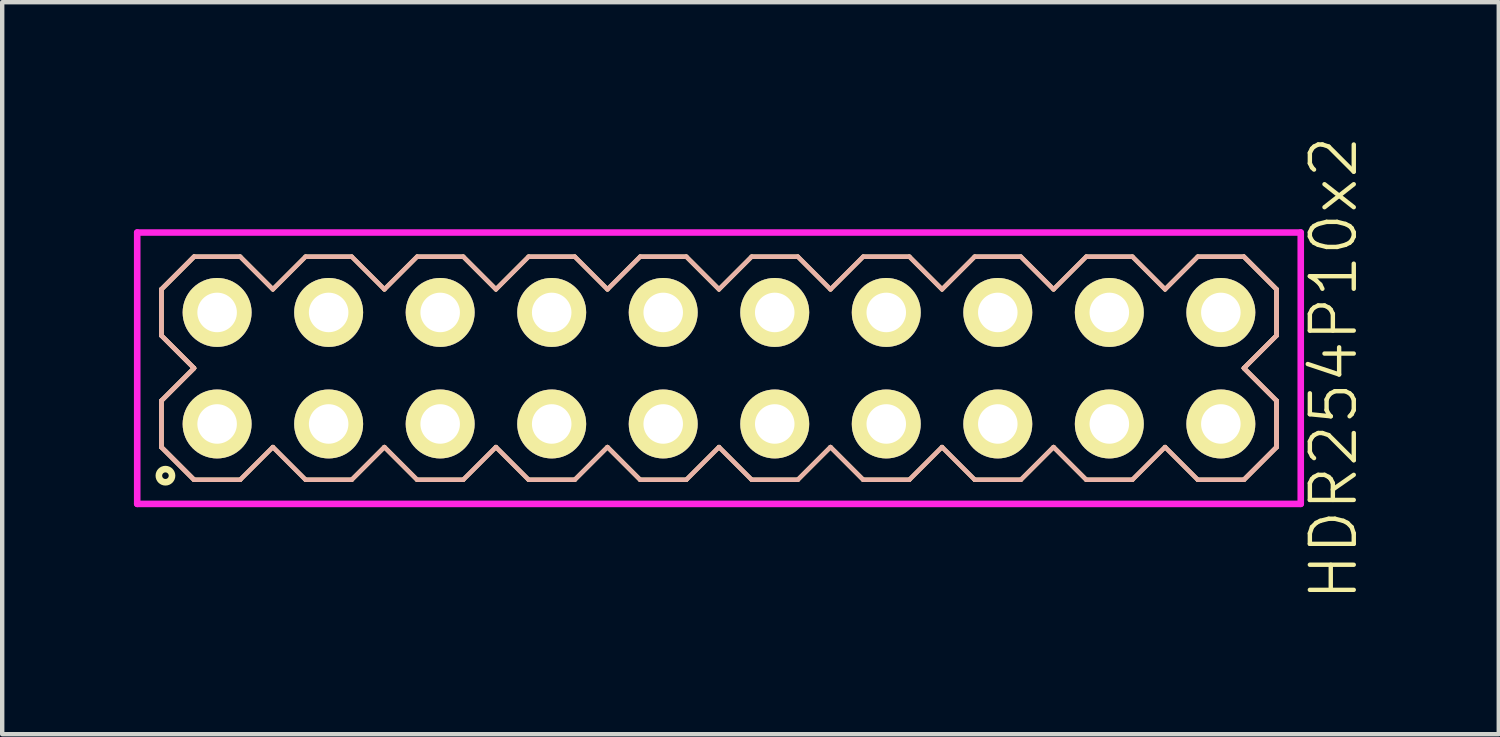
<source format=kicad_pcb>
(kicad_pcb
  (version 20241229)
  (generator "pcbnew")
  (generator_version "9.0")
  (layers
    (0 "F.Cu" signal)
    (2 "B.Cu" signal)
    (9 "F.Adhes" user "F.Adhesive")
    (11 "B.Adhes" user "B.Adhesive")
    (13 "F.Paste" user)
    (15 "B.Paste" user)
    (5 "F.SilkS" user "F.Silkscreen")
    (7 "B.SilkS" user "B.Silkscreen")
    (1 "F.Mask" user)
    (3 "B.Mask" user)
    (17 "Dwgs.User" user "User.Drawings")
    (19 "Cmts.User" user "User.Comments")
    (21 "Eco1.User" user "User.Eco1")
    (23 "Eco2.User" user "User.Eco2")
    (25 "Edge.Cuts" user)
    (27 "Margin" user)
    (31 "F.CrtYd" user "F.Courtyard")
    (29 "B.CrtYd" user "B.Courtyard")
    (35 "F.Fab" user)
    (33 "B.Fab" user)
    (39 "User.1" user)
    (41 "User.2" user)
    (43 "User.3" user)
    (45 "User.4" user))
  (footprint "HDR254P10x2"
    (layer "F.Cu")
    (at 13.325 5.336)
    (property "Reference" "HDR254P10x2" (at 14 0 90) (layer "F.SilkS") (effects (font (size 1 1) (thickness 0.1))))
    (attr through_hole)
    (fp_line (start -12.7 -1.796) (end -11.956 -2.54) (stroke (width 0.1) (type solid)) (layer "F.SilkS"))
    (fp_line (start -12.7 -1.796) (end -11.956 -2.54) (stroke (width 0.1) (type solid)) (layer "F.SilkS"))
    (fp_line (start -12.7 -0.744) (end -12.7 -1.796) (stroke (width 0.1) (type solid)) (layer "F.SilkS"))
    (fp_line (start -12.7 -0.744) (end -12.7 -1.796) (stroke (width 0.1) (type solid)) (layer "F.SilkS"))
    (fp_line (start -12.7 0.744) (end -11.956 0) (stroke (width 0.1) (type solid)) (layer "F.SilkS"))
    (fp_line (start -12.7 0.744) (end -11.956 0) (stroke (width 0.1) (type solid)) (layer "F.SilkS"))
    (fp_line (start -12.7 1.796) (end -12.7 0.744) (stroke (width 0.1) (type solid)) (layer "F.SilkS"))
    (fp_line (start -12.7 1.796) (end -12.7 0.744) (stroke (width 0.1) (type solid)) (layer "F.SilkS"))
    (fp_line (start -11.956 -2.54) (end -10.904 -2.54) (stroke (width 0.1) (type solid)) (layer "F.SilkS"))
    (fp_line (start -11.956 0) (end -12.7 -0.744) (stroke (width 0.1) (type solid)) (layer "F.SilkS"))
    (fp_line (start -11.956 0) (end -12.7 -0.744) (stroke (width 0.1) (type solid)) (layer "F.SilkS"))
    (fp_line (start -11.956 2.54) (end -12.7 1.796) (stroke (width 0.1) (type solid)) (layer "F.SilkS"))
    (fp_line (start -11.956 2.54) (end -12.7 1.796) (stroke (width 0.1) (type solid)) (layer "F.SilkS"))
    (fp_line (start -10.904 -2.54) (end -10.16 -1.796) (stroke (width 0.1) (type solid)) (layer "F.SilkS"))
    (fp_line (start -10.904 2.54) (end -11.956 2.54) (stroke (width 0.1) (type solid)) (layer "F.SilkS"))
    (fp_line (start -10.16 -1.796) (end -9.416 -2.54) (stroke (width 0.1) (type solid)) (layer "F.SilkS"))
    (fp_line (start -10.16 1.796) (end -10.904 2.54) (stroke (width 0.1) (type solid)) (layer "F.SilkS"))
    (fp_line (start -9.416 -2.54) (end -8.364 -2.54) (stroke (width 0.1) (type solid)) (layer "F.SilkS"))
    (fp_line (start -9.416 2.54) (end -10.16 1.796) (stroke (width 0.1) (type solid)) (layer "F.SilkS"))
    (fp_line (start -8.364 -2.54) (end -7.62 -1.796) (stroke (width 0.1) (type solid)) (layer "F.SilkS"))
    (fp_line (start -8.364 2.54) (end -9.416 2.54) (stroke (width 0.1) (type solid)) (layer "F.SilkS"))
    (fp_line (start -7.62 -1.796) (end -6.876 -2.54) (stroke (width 0.1) (type solid)) (layer "F.SilkS"))
    (fp_line (start -7.62 1.796) (end -8.364 2.54) (stroke (width 0.1) (type solid)) (layer "F.SilkS"))
    (fp_line (start -6.876 -2.54) (end -5.824 -2.54) (stroke (width 0.1) (type solid)) (layer "F.SilkS"))
    (fp_line (start -6.876 2.54) (end -7.62 1.796) (stroke (width 0.1) (type solid)) (layer "F.SilkS"))
    (fp_line (start -5.824 -2.54) (end -5.08 -1.796) (stroke (width 0.1) (type solid)) (layer "F.SilkS"))
    (fp_line (start -5.824 2.54) (end -6.876 2.54) (stroke (width 0.1) (type solid)) (layer "F.SilkS"))
    (fp_line (start -5.08 -1.796) (end -4.336 -2.54) (stroke (width 0.1) (type solid)) (layer "F.SilkS"))
    (fp_line (start -5.08 1.796) (end -5.824 2.54) (stroke (width 0.1) (type solid)) (layer "F.SilkS"))
    (fp_line (start -4.336 -2.54) (end -3.284 -2.54) (stroke (width 0.1) (type solid)) (layer "F.SilkS"))
    (fp_line (start -4.336 2.54) (end -5.08 1.796) (stroke (width 0.1) (type solid)) (layer "F.SilkS"))
    (fp_line (start -3.284 -2.54) (end -2.54 -1.796) (stroke (width 0.1) (type solid)) (layer "F.SilkS"))
    (fp_line (start -3.284 2.54) (end -4.336 2.54) (stroke (width 0.1) (type solid)) (layer "F.SilkS"))
    (fp_line (start -2.54 -1.796) (end -1.796 -2.54) (stroke (width 0.1) (type solid)) (layer "F.SilkS"))
    (fp_line (start -2.54 1.796) (end -3.284 2.54) (stroke (width 0.1) (type solid)) (layer "F.SilkS"))
    (fp_line (start -1.796 -2.54) (end -0.744 -2.54) (stroke (width 0.1) (type solid)) (layer "F.SilkS"))
    (fp_line (start -1.796 2.54) (end -2.54 1.796) (stroke (width 0.1) (type solid)) (layer "F.SilkS"))
    (fp_line (start -0.744 -2.54) (end 0 -1.796) (stroke (width 0.1) (type solid)) (layer "F.SilkS"))
    (fp_line (start -0.744 2.54) (end -1.796 2.54) (stroke (width 0.1) (type solid)) (layer "F.SilkS"))
    (fp_line (start 0 -1.796) (end 0.744 -2.54) (stroke (width 0.1) (type solid)) (layer "F.SilkS"))
    (fp_line (start 0 1.796) (end -0.744 2.54) (stroke (width 0.1) (type solid)) (layer "F.SilkS"))
    (fp_line (start 0.744 -2.54) (end 1.796 -2.54) (stroke (width 0.1) (type solid)) (layer "F.SilkS"))
    (fp_line (start 0.744 2.54) (end 0 1.796) (stroke (width 0.1) (type solid)) (layer "F.SilkS"))
    (fp_line (start 1.796 -2.54) (end 2.54 -1.796) (stroke (width 0.1) (type solid)) (layer "F.SilkS"))
    (fp_line (start 1.796 2.54) (end 0.744 2.54) (stroke (width 0.1) (type solid)) (layer "F.SilkS"))
    (fp_line (start 2.54 -1.796) (end 3.284 -2.54) (stroke (width 0.1) (type solid)) (layer "F.SilkS"))
    (fp_line (start 2.54 1.796) (end 1.796 2.54) (stroke (width 0.1) (type solid)) (layer "F.SilkS"))
    (fp_line (start 3.284 -2.54) (end 4.336 -2.54) (stroke (width 0.1) (type solid)) (layer "F.SilkS"))
    (fp_line (start 3.284 2.54) (end 2.54 1.796) (stroke (width 0.1) (type solid)) (layer "F.SilkS"))
    (fp_line (start 4.336 -2.54) (end 5.08 -1.796) (stroke (width 0.1) (type solid)) (layer "F.SilkS"))
    (fp_line (start 4.336 2.54) (end 3.284 2.54) (stroke (width 0.1) (type solid)) (layer "F.SilkS"))
    (fp_line (start 5.08 -1.796) (end 5.824 -2.54) (stroke (width 0.1) (type solid)) (layer "F.SilkS"))
    (fp_line (start 5.08 1.796) (end 4.336 2.54) (stroke (width 0.1) (type solid)) (layer "F.SilkS"))
    (fp_line (start 5.824 -2.54) (end 6.876 -2.54) (stroke (width 0.1) (type solid)) (layer "F.SilkS"))
    (fp_line (start 5.824 2.54) (end 5.08 1.796) (stroke (width 0.1) (type solid)) (layer "F.SilkS"))
    (fp_line (start 6.876 -2.54) (end 7.62 -1.796) (stroke (width 0.1) (type solid)) (layer "F.SilkS"))
    (fp_line (start 6.876 2.54) (end 5.824 2.54) (stroke (width 0.1) (type solid)) (layer "F.SilkS"))
    (fp_line (start 7.62 -1.796) (end 8.364 -2.54) (stroke (width 0.1) (type solid)) (layer "F.SilkS"))
    (fp_line (start 7.62 1.796) (end 6.876 2.54) (stroke (width 0.1) (type solid)) (layer "F.SilkS"))
    (fp_line (start 8.364 -2.54) (end 9.416 -2.54) (stroke (width 0.1) (type solid)) (layer "F.SilkS"))
    (fp_line (start 8.364 2.54) (end 7.62 1.796) (stroke (width 0.1) (type solid)) (layer "F.SilkS"))
    (fp_line (start 9.416 -2.54) (end 10.16 -1.796) (stroke (width 0.1) (type solid)) (layer "F.SilkS"))
    (fp_line (start 9.416 2.54) (end 8.364 2.54) (stroke (width 0.1) (type solid)) (layer "F.SilkS"))
    (fp_line (start 10.16 -1.796) (end 10.904 -2.54) (stroke (width 0.1) (type solid)) (layer "F.SilkS"))
    (fp_line (start 10.16 1.796) (end 9.416 2.54) (stroke (width 0.1) (type solid)) (layer "F.SilkS"))
    (fp_line (start 10.904 -2.54) (end 11.956 -2.54) (stroke (width 0.1) (type solid)) (layer "F.SilkS"))
    (fp_line (start 10.904 2.54) (end 10.16 1.796) (stroke (width 0.1) (type solid)) (layer "F.SilkS"))
    (fp_line (start 11.956 -2.54) (end 12.7 -1.796) (stroke (width 0.1) (type solid)) (layer "F.SilkS"))
    (fp_line (start 11.956 -2.54) (end 12.7 -1.796) (stroke (width 0.1) (type solid)) (layer "F.SilkS"))
    (fp_line (start 11.956 0) (end 12.7 0.744) (stroke (width 0.1) (type solid)) (layer "F.SilkS"))
    (fp_line (start 11.956 0) (end 12.7 0.744) (stroke (width 0.1) (type solid)) (layer "F.SilkS"))
    (fp_line (start 11.956 2.54) (end 10.904 2.54) (stroke (width 0.1) (type solid)) (layer "F.SilkS"))
    (fp_line (start 12.7 -1.796) (end 12.7 -0.744) (stroke (width 0.1) (type solid)) (layer "F.SilkS"))
    (fp_line (start 12.7 -1.796) (end 12.7 -0.744) (stroke (width 0.1) (type solid)) (layer "F.SilkS"))
    (fp_line (start 12.7 -0.744) (end 11.956 0) (stroke (width 0.1) (type solid)) (layer "F.SilkS"))
    (fp_line (start 12.7 -0.744) (end 11.956 0) (stroke (width 0.1) (type solid)) (layer "F.SilkS"))
    (fp_line (start 12.7 0.744) (end 12.7 1.796) (stroke (width 0.1) (type solid)) (layer "F.SilkS"))
    (fp_line (start 12.7 0.744) (end 12.7 1.796) (stroke (width 0.1) (type solid)) (layer "F.SilkS"))
    (fp_line (start 12.7 1.796) (end 11.956 2.54) (stroke (width 0.1) (type solid)) (layer "F.SilkS"))
    (fp_line (start 12.7 1.796) (end 11.956 2.54) (stroke (width 0.1) (type solid)) (layer "F.SilkS"))
    (fp_circle (center -12.607 2.448) (end -12.457 2.448) (stroke (width 0.15) (type solid)) (fill no) (layer "F.SilkS"))
    (fp_line (start -12.7 -1.796) (end -11.956 -2.54) (stroke (width 0.1) (type solid)) (layer "B.SilkS"))
    (fp_line (start -12.7 -1.796) (end -11.956 -2.54) (stroke (width 0.1) (type solid)) (layer "B.SilkS"))
    (fp_line (start -12.7 -0.744) (end -12.7 -1.796) (stroke (width 0.1) (type solid)) (layer "B.SilkS"))
    (fp_line (start -12.7 -0.744) (end -12.7 -1.796) (stroke (width 0.1) (type solid)) (layer "B.SilkS"))
    (fp_line (start -12.7 0.744) (end -11.956 0) (stroke (width 0.1) (type solid)) (layer "B.SilkS"))
    (fp_line (start -12.7 0.744) (end -11.956 0) (stroke (width 0.1) (type solid)) (layer "B.SilkS"))
    (fp_line (start -12.7 1.796) (end -12.7 0.744) (stroke (width 0.1) (type solid)) (layer "B.SilkS"))
    (fp_line (start -12.7 1.796) (end -12.7 0.744) (stroke (width 0.1) (type solid)) (layer "B.SilkS"))
    (fp_line (start -11.956 -2.54) (end -10.904 -2.54) (stroke (width 0.1) (type solid)) (layer "B.SilkS"))
    (fp_line (start -11.956 0) (end -12.7 -0.744) (stroke (width 0.1) (type solid)) (layer "B.SilkS"))
    (fp_line (start -11.956 0) (end -12.7 -0.744) (stroke (width 0.1) (type solid)) (layer "B.SilkS"))
    (fp_line (start -11.956 2.54) (end -12.7 1.796) (stroke (width 0.1) (type solid)) (layer "B.SilkS"))
    (fp_line (start -11.956 2.54) (end -12.7 1.796) (stroke (width 0.1) (type solid)) (layer "B.SilkS"))
    (fp_line (start -10.904 -2.54) (end -10.16 -1.796) (stroke (width 0.1) (type solid)) (layer "B.SilkS"))
    (fp_line (start -10.904 2.54) (end -11.956 2.54) (stroke (width 0.1) (type solid)) (layer "B.SilkS"))
    (fp_line (start -10.16 -1.796) (end -9.416 -2.54) (stroke (width 0.1) (type solid)) (layer "B.SilkS"))
    (fp_line (start -10.16 1.796) (end -10.904 2.54) (stroke (width 0.1) (type solid)) (layer "B.SilkS"))
    (fp_line (start -9.416 -2.54) (end -8.364 -2.54) (stroke (width 0.1) (type solid)) (layer "B.SilkS"))
    (fp_line (start -9.416 2.54) (end -10.16 1.796) (stroke (width 0.1) (type solid)) (layer "B.SilkS"))
    (fp_line (start -8.364 -2.54) (end -7.62 -1.796) (stroke (width 0.1) (type solid)) (layer "B.SilkS"))
    (fp_line (start -8.364 2.54) (end -9.416 2.54) (stroke (width 0.1) (type solid)) (layer "B.SilkS"))
    (fp_line (start -7.62 -1.796) (end -6.876 -2.54) (stroke (width 0.1) (type solid)) (layer "B.SilkS"))
    (fp_line (start -7.62 1.796) (end -8.364 2.54) (stroke (width 0.1) (type solid)) (layer "B.SilkS"))
    (fp_line (start -6.876 -2.54) (end -5.824 -2.54) (stroke (width 0.1) (type solid)) (layer "B.SilkS"))
    (fp_line (start -6.876 2.54) (end -7.62 1.796) (stroke (width 0.1) (type solid)) (layer "B.SilkS"))
    (fp_line (start -5.824 -2.54) (end -5.08 -1.796) (stroke (width 0.1) (type solid)) (layer "B.SilkS"))
    (fp_line (start -5.824 2.54) (end -6.876 2.54) (stroke (width 0.1) (type solid)) (layer "B.SilkS"))
    (fp_line (start -5.08 -1.796) (end -4.336 -2.54) (stroke (width 0.1) (type solid)) (layer "B.SilkS"))
    (fp_line (start -5.08 1.796) (end -5.824 2.54) (stroke (width 0.1) (type solid)) (layer "B.SilkS"))
    (fp_line (start -4.336 -2.54) (end -3.284 -2.54) (stroke (width 0.1) (type solid)) (layer "B.SilkS"))
    (fp_line (start -4.336 2.54) (end -5.08 1.796) (stroke (width 0.1) (type solid)) (layer "B.SilkS"))
    (fp_line (start -3.284 -2.54) (end -2.54 -1.796) (stroke (width 0.1) (type solid)) (layer "B.SilkS"))
    (fp_line (start -3.284 2.54) (end -4.336 2.54) (stroke (width 0.1) (type solid)) (layer "B.SilkS"))
    (fp_line (start -2.54 -1.796) (end -1.796 -2.54) (stroke (width 0.1) (type solid)) (layer "B.SilkS"))
    (fp_line (start -2.54 1.796) (end -3.284 2.54) (stroke (width 0.1) (type solid)) (layer "B.SilkS"))
    (fp_line (start -1.796 -2.54) (end -0.744 -2.54) (stroke (width 0.1) (type solid)) (layer "B.SilkS"))
    (fp_line (start -1.796 2.54) (end -2.54 1.796) (stroke (width 0.1) (type solid)) (layer "B.SilkS"))
    (fp_line (start -0.744 -2.54) (end 0 -1.796) (stroke (width 0.1) (type solid)) (layer "B.SilkS"))
    (fp_line (start -0.744 2.54) (end -1.796 2.54) (stroke (width 0.1) (type solid)) (layer "B.SilkS"))
    (fp_line (start 0 -1.796) (end 0.744 -2.54) (stroke (width 0.1) (type solid)) (layer "B.SilkS"))
    (fp_line (start 0 1.796) (end -0.744 2.54) (stroke (width 0.1) (type solid)) (layer "B.SilkS"))
    (fp_line (start 0.744 -2.54) (end 1.796 -2.54) (stroke (width 0.1) (type solid)) (layer "B.SilkS"))
    (fp_line (start 0.744 2.54) (end 0 1.796) (stroke (width 0.1) (type solid)) (layer "B.SilkS"))
    (fp_line (start 1.796 -2.54) (end 2.54 -1.796) (stroke (width 0.1) (type solid)) (layer "B.SilkS"))
    (fp_line (start 1.796 2.54) (end 0.744 2.54) (stroke (width 0.1) (type solid)) (layer "B.SilkS"))
    (fp_line (start 2.54 -1.796) (end 3.284 -2.54) (stroke (width 0.1) (type solid)) (layer "B.SilkS"))
    (fp_line (start 2.54 1.796) (end 1.796 2.54) (stroke (width 0.1) (type solid)) (layer "B.SilkS"))
    (fp_line (start 3.284 -2.54) (end 4.336 -2.54) (stroke (width 0.1) (type solid)) (layer "B.SilkS"))
    (fp_line (start 3.284 2.54) (end 2.54 1.796) (stroke (width 0.1) (type solid)) (layer "B.SilkS"))
    (fp_line (start 4.336 -2.54) (end 5.08 -1.796) (stroke (width 0.1) (type solid)) (layer "B.SilkS"))
    (fp_line (start 4.336 2.54) (end 3.284 2.54) (stroke (width 0.1) (type solid)) (layer "B.SilkS"))
    (fp_line (start 5.08 -1.796) (end 5.824 -2.54) (stroke (width 0.1) (type solid)) (layer "B.SilkS"))
    (fp_line (start 5.08 1.796) (end 4.336 2.54) (stroke (width 0.1) (type solid)) (layer "B.SilkS"))
    (fp_line (start 5.824 -2.54) (end 6.876 -2.54) (stroke (width 0.1) (type solid)) (layer "B.SilkS"))
    (fp_line (start 5.824 2.54) (end 5.08 1.796) (stroke (width 0.1) (type solid)) (layer "B.SilkS"))
    (fp_line (start 6.876 -2.54) (end 7.62 -1.796) (stroke (width 0.1) (type solid)) (layer "B.SilkS"))
    (fp_line (start 6.876 2.54) (end 5.824 2.54) (stroke (width 0.1) (type solid)) (layer "B.SilkS"))
    (fp_line (start 7.62 -1.796) (end 8.364 -2.54) (stroke (width 0.1) (type solid)) (layer "B.SilkS"))
    (fp_line (start 7.62 1.796) (end 6.876 2.54) (stroke (width 0.1) (type solid)) (layer "B.SilkS"))
    (fp_line (start 8.364 -2.54) (end 9.416 -2.54) (stroke (width 0.1) (type solid)) (layer "B.SilkS"))
    (fp_line (start 8.364 2.54) (end 7.62 1.796) (stroke (width 0.1) (type solid)) (layer "B.SilkS"))
    (fp_line (start 9.416 -2.54) (end 10.16 -1.796) (stroke (width 0.1) (type solid)) (layer "B.SilkS"))
    (fp_line (start 9.416 2.54) (end 8.364 2.54) (stroke (width 0.1) (type solid)) (layer "B.SilkS"))
    (fp_line (start 10.16 -1.796) (end 10.904 -2.54) (stroke (width 0.1) (type solid)) (layer "B.SilkS"))
    (fp_line (start 10.16 1.796) (end 9.416 2.54) (stroke (width 0.1) (type solid)) (layer "B.SilkS"))
    (fp_line (start 10.904 -2.54) (end 11.956 -2.54) (stroke (width 0.1) (type solid)) (layer "B.SilkS"))
    (fp_line (start 10.904 2.54) (end 10.16 1.796) (stroke (width 0.1) (type solid)) (layer "B.SilkS"))
    (fp_line (start 11.956 -2.54) (end 12.7 -1.796) (stroke (width 0.1) (type solid)) (layer "B.SilkS"))
    (fp_line (start 11.956 -2.54) (end 12.7 -1.796) (stroke (width 0.1) (type solid)) (layer "B.SilkS"))
    (fp_line (start 11.956 0) (end 12.7 0.744) (stroke (width 0.1) (type solid)) (layer "B.SilkS"))
    (fp_line (start 11.956 0) (end 12.7 0.744) (stroke (width 0.1) (type solid)) (layer "B.SilkS"))
    (fp_line (start 11.956 2.54) (end 10.904 2.54) (stroke (width 0.1) (type solid)) (layer "B.SilkS"))
    (fp_line (start 12.7 -1.796) (end 12.7 -0.744) (stroke (width 0.1) (type solid)) (layer "B.SilkS"))
    (fp_line (start 12.7 -1.796) (end 12.7 -0.744) (stroke (width 0.1) (type solid)) (layer "B.SilkS"))
    (fp_line (start 12.7 -0.744) (end 11.956 0) (stroke (width 0.1) (type solid)) (layer "B.SilkS"))
    (fp_line (start 12.7 -0.744) (end 11.956 0) (stroke (width 0.1) (type solid)) (layer "B.SilkS"))
    (fp_line (start 12.7 0.744) (end 12.7 1.796) (stroke (width 0.1) (type solid)) (layer "B.SilkS"))
    (fp_line (start 12.7 0.744) (end 12.7 1.796) (stroke (width 0.1) (type solid)) (layer "B.SilkS"))
    (fp_line (start 12.7 1.796) (end 11.956 2.54) (stroke (width 0.1) (type solid)) (layer "B.SilkS"))
    (fp_line (start 12.7 1.796) (end 11.956 2.54) (stroke (width 0.1) (type solid)) (layer "B.SilkS"))
    (fp_line (start -13.25 -3.09) (end -13.25 3.09) (stroke (width 0.15) (type solid)) (layer "F.CrtYd"))
    (fp_line (start -13.25 3.09) (end 13.25 3.09) (stroke (width 0.15) (type solid)) (layer "F.CrtYd"))
    (fp_line (start 13.25 -3.09) (end -13.25 -3.09) (stroke (width 0.15) (type solid)) (layer "F.CrtYd"))
    (fp_line (start 13.25 3.09) (end 13.25 -3.09) (stroke (width 0.15) (type solid)) (layer "F.CrtYd"))
    (pad "1" thru_hole oval (at -11.43 1.27) (size 1.57 1.57) (drill 0.9) (layers "*.Cu" "*.Mask" "F.SilkS"))
    (pad "2" thru_hole oval (at -11.43 -1.27) (size 1.57 1.57) (drill 0.9) (layers "*.Cu" "*.Mask" "F.SilkS"))
    (pad "3" thru_hole oval (at -8.89 1.27) (size 1.57 1.57) (drill 0.9) (layers "*.Cu" "*.Mask" "F.SilkS"))
    (pad "4" thru_hole oval (at -8.89 -1.27) (size 1.57 1.57) (drill 0.9) (layers "*.Cu" "*.Mask" "F.SilkS"))
    (pad "5" thru_hole oval (at -6.35 1.27) (size 1.57 1.57) (drill 0.9) (layers "*.Cu" "*.Mask" "F.SilkS"))
    (pad "6" thru_hole oval (at -6.35 -1.27) (size 1.57 1.57) (drill 0.9) (layers "*.Cu" "*.Mask" "F.SilkS"))
    (pad "7" thru_hole oval (at -3.81 1.27) (size 1.57 1.57) (drill 0.9) (layers "*.Cu" "*.Mask" "F.SilkS"))
    (pad "8" thru_hole oval (at -3.81 -1.27) (size 1.57 1.57) (drill 0.9) (layers "*.Cu" "*.Mask" "F.SilkS"))
    (pad "9" thru_hole oval (at -1.27 1.27) (size 1.57 1.57) (drill 0.9) (layers "*.Cu" "*.Mask" "F.SilkS"))
    (pad "10" thru_hole oval (at -1.27 -1.27) (size 1.57 1.57) (drill 0.9) (layers "*.Cu" "*.Mask" "F.SilkS"))
    (pad "11" thru_hole oval (at 1.27 1.27) (size 1.57 1.57) (drill 0.9) (layers "*.Cu" "*.Mask" "F.SilkS"))
    (pad "12" thru_hole oval (at 1.27 -1.27) (size 1.57 1.57) (drill 0.9) (layers "*.Cu" "*.Mask" "F.SilkS"))
    (pad "13" thru_hole oval (at 3.81 1.27) (size 1.57 1.57) (drill 0.9) (layers "*.Cu" "*.Mask" "F.SilkS"))
    (pad "14" thru_hole oval (at 3.81 -1.27) (size 1.57 1.57) (drill 0.9) (layers "*.Cu" "*.Mask" "F.SilkS"))
    (pad "15" thru_hole oval (at 6.35 1.27) (size 1.57 1.57) (drill 0.9) (layers "*.Cu" "*.Mask" "F.SilkS"))
    (pad "16" thru_hole oval (at 6.35 -1.27) (size 1.57 1.57) (drill 0.9) (layers "*.Cu" "*.Mask" "F.SilkS"))
    (pad "17" thru_hole oval (at 8.89 1.27) (size 1.57 1.57) (drill 0.9) (layers "*.Cu" "*.Mask" "F.SilkS"))
    (pad "18" thru_hole oval (at 8.89 -1.27) (size 1.57 1.57) (drill 0.9) (layers "*.Cu" "*.Mask" "F.SilkS"))
    (pad "19" thru_hole oval (at 11.43 1.27) (size 1.57 1.57) (drill 0.9) (layers "*.Cu" "*.Mask" "F.SilkS"))
    (pad "20" thru_hole oval (at 11.43 -1.27) (size 1.57 1.57) (drill 0.9) (layers "*.Cu" "*.Mask" "F.SilkS")))
  (gr_rect
    (start -3 -3)
    (end 31.085 13.671)
    (stroke (width 0.1) (type default))
    (fill no)
    (layer "Edge.Cuts")))
</source>
